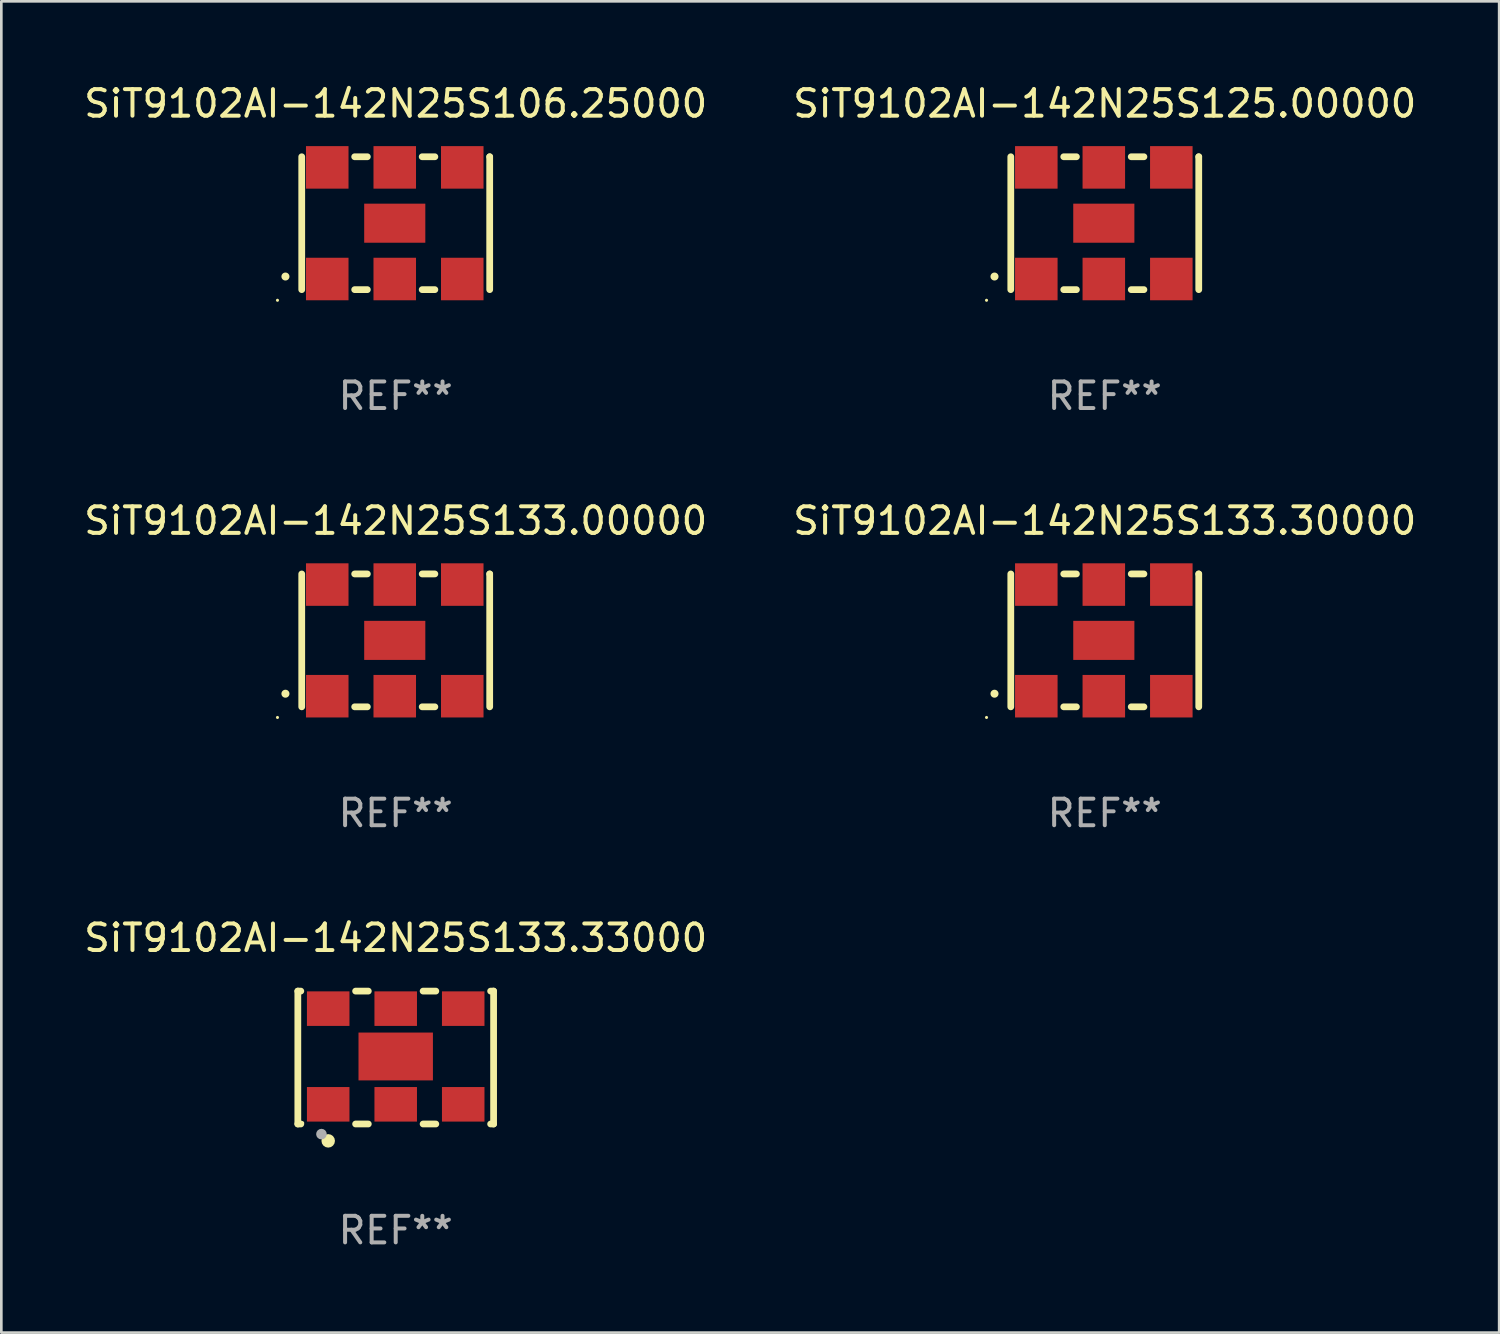
<source format=kicad_pcb>
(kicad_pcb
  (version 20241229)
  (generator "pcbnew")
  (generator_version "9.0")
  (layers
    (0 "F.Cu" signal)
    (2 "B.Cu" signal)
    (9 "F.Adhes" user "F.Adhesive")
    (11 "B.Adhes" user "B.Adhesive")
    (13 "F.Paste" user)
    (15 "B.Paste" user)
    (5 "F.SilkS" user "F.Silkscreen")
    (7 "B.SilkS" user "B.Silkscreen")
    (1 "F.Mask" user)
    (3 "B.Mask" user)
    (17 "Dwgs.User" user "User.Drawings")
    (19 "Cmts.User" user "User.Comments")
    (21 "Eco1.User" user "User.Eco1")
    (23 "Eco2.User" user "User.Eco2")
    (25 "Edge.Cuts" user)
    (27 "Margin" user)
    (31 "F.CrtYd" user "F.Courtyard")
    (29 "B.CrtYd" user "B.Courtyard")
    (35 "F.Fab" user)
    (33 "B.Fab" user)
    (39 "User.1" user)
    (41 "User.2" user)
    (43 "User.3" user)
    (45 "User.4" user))
  (footprint "SiT9102AI-142N25S125.00000"
    (layer "F.Cu")
    (at 38.518 5.348)
    (property "Reference" "SiT9102AI-142N25S125.00000" (at 0 -4.5 0) (layer "F.SilkS") (effects (font (size 1 1) (thickness 0.15))))
    (attr through_hole)
    (fp_line (start -3.536 -2.5) (end -3.536 2.5) (stroke (width 0.254) (type solid)) (layer "F.SilkS"))
    (fp_line (start -1.544 2.5) (end -1.067 2.5) (stroke (width 0.254) (type solid)) (layer "F.SilkS"))
    (fp_line (start -1.067 -2.5) (end -1.544 -2.5) (stroke (width 0.254) (type solid)) (layer "F.SilkS"))
    (fp_line (start 0.996 2.5) (end 1.473 2.5) (stroke (width 0.254) (type solid)) (layer "F.SilkS"))
    (fp_line (start 1.473 -2.5) (end 0.996 -2.5) (stroke (width 0.254) (type solid)) (layer "F.SilkS"))
    (fp_line (start 3.536 -2.5) (end 3.536 -2.5) (stroke (width 0.254) (type solid)) (layer "F.SilkS"))
    (fp_line (start 3.536 2.5) (end 3.536 -2.5) (stroke (width 0.254) (type solid)) (layer "F.SilkS"))
    (fp_arc (start -4.150432 2.006604) (mid -4.149162 2.006599) (end -4.147892 2.006604) (stroke (width 0.3) (type solid)) (layer "F.SilkS"))
    (fp_circle (center -4.449 2.9) (end -4.419 2.9) (stroke (width 0.06) (type solid)) (fill no) (layer "F.SilkS"))
    (fp_text user "REF**" (at 0 6.5 0) (layer "F.Fab") (effects (font (size 1 1) (thickness 0.15))))
    (pad "1" smd rect (at -2.576 2.1) (size 1.6 1.6) (layers "F.Cu" "F.Mask" "F.Paste"))
    (pad "2" smd rect (at -0.036 2.1) (size 1.6 1.6) (layers "F.Cu" "F.Mask" "F.Paste"))
    (pad "3" smd rect (at 2.504 2.1) (size 1.6 1.6) (layers "F.Cu" "F.Mask" "F.Paste"))
    (pad "4" smd rect (at 2.504 -2.1) (size 1.6 1.6) (layers "F.Cu" "F.Mask" "F.Paste"))
    (pad "5" smd rect (at -0.036 -2.1) (size 1.6 1.6) (layers "F.Cu" "F.Mask" "F.Paste"))
    (pad "6" smd rect (at -2.576 -2.1) (size 1.6 1.6) (layers "F.Cu" "F.Mask" "F.Paste"))
    (pad "7" smd rect (at -0.036 0) (size 2.3 1.47) (layers "F.Cu" "F.Mask" "F.Paste")))
  (footprint "SiT9102AI-142N25S133.33000"
    (layer "F.Cu")
    (at 11.839 36.741)
    (property "Reference" "SiT9102AI-142N25S133.33000" (at 0 -4.5 0) (layer "F.SilkS") (effects (font (size 1 1) (thickness 0.15))))
    (attr through_hole)
    (fp_line (start -3.683 -2.5) (end -3.571 -2.5) (stroke (width 0.254) (type solid)) (layer "F.SilkS"))
    (fp_line (start -3.683 2.5) (end -3.683 -2.5) (stroke (width 0.254) (type solid)) (layer "F.SilkS"))
    (fp_line (start -3.683 2.5) (end -3.571 2.5) (stroke (width 0.254) (type solid)) (layer "F.SilkS"))
    (fp_line (start -1.509 -2.5) (end -1.031 -2.5) (stroke (width 0.254) (type solid)) (layer "F.SilkS"))
    (fp_line (start -1.509 2.5) (end -1.031 2.5) (stroke (width 0.254) (type solid)) (layer "F.SilkS"))
    (fp_line (start 1.031 -2.5) (end 1.509 -2.5) (stroke (width 0.254) (type solid)) (layer "F.SilkS"))
    (fp_line (start 1.031 2.5) (end 1.509 2.5) (stroke (width 0.254) (type solid)) (layer "F.SilkS"))
    (fp_line (start 3.571 -2.5) (end 3.683 -2.5) (stroke (width 0.254) (type solid)) (layer "F.SilkS"))
    (fp_line (start 3.571 2.5) (end 3.683 2.5) (stroke (width 0.254) (type solid)) (layer "F.SilkS"))
    (fp_line (start 3.683 2.5) (end 3.683 -2.5) (stroke (width 0.254) (type solid)) (layer "F.SilkS"))
    (fp_circle (center -3.5 2.46) (end -3.47 2.46) (stroke (width 0.06) (type solid)) (fill no) (layer "F.SilkS"))
    (fp_circle (center -2.54 3.135) (end -2.413 3.135) (stroke (width 0.254) (type solid)) (fill no) (layer "F.SilkS"))
    (fp_circle (center -2.794 2.881) (end -2.694 2.881) (stroke (width 0.2) (type solid)) (fill no) (layer "F.Fab"))
    (fp_text user "REF**" (at 0 6.5 0) (layer "F.Fab") (effects (font (size 1 1) (thickness 0.15))))
    (pad "1" smd rect (at -2.54 1.76) (size 1.6 1.3) (layers "F.Cu" "F.Mask" "F.Paste"))
    (pad "2" smd rect (at 0 1.76) (size 1.6 1.3) (layers "F.Cu" "F.Mask" "F.Paste"))
    (pad "3" smd rect (at 2.54 1.76) (size 1.6 1.3) (layers "F.Cu" "F.Mask" "F.Paste"))
    (pad "4" smd rect (at 2.54 -1.84) (size 1.6 1.3) (layers "F.Cu" "F.Mask" "F.Paste"))
    (pad "5" smd rect (at 0 -1.84) (size 1.6 1.3) (layers "F.Cu" "F.Mask" "F.Paste"))
    (pad "6" smd rect (at -2.54 -1.84) (size 1.6 1.3) (layers "F.Cu" "F.Mask" "F.Paste"))
    (pad "7" smd rect (at 0 -0.04) (size 2.8 1.8) (layers "F.Cu" "F.Mask" "F.Paste")))
  (footprint "SiT9102AI-142N25S133.00000"
    (layer "F.Cu")
    (at 11.839 21.045)
    (property "Reference" "SiT9102AI-142N25S133.00000" (at 0 -4.5 0) (layer "F.SilkS") (effects (font (size 1 1) (thickness 0.15))))
    (attr through_hole)
    (fp_line (start -3.536 -2.5) (end -3.536 2.5) (stroke (width 0.254) (type solid)) (layer "F.SilkS"))
    (fp_line (start -1.544 2.5) (end -1.067 2.5) (stroke (width 0.254) (type solid)) (layer "F.SilkS"))
    (fp_line (start -1.067 -2.5) (end -1.544 -2.5) (stroke (width 0.254) (type solid)) (layer "F.SilkS"))
    (fp_line (start 0.996 2.5) (end 1.473 2.5) (stroke (width 0.254) (type solid)) (layer "F.SilkS"))
    (fp_line (start 1.473 -2.5) (end 0.996 -2.5) (stroke (width 0.254) (type solid)) (layer "F.SilkS"))
    (fp_line (start 3.536 -2.5) (end 3.536 -2.5) (stroke (width 0.254) (type solid)) (layer "F.SilkS"))
    (fp_line (start 3.536 2.5) (end 3.536 -2.5) (stroke (width 0.254) (type solid)) (layer "F.SilkS"))
    (fp_arc (start -4.150432 2.006604) (mid -4.149162 2.006599) (end -4.147892 2.006604) (stroke (width 0.3) (type solid)) (layer "F.SilkS"))
    (fp_circle (center -4.449 2.9) (end -4.419 2.9) (stroke (width 0.06) (type solid)) (fill no) (layer "F.SilkS"))
    (fp_text user "REF**" (at 0 6.5 0) (layer "F.Fab") (effects (font (size 1 1) (thickness 0.15))))
    (pad "1" smd rect (at -2.576 2.1) (size 1.6 1.6) (layers "F.Cu" "F.Mask" "F.Paste"))
    (pad "2" smd rect (at -0.036 2.1) (size 1.6 1.6) (layers "F.Cu" "F.Mask" "F.Paste"))
    (pad "3" smd rect (at 2.504 2.1) (size 1.6 1.6) (layers "F.Cu" "F.Mask" "F.Paste"))
    (pad "4" smd rect (at 2.504 -2.1) (size 1.6 1.6) (layers "F.Cu" "F.Mask" "F.Paste"))
    (pad "5" smd rect (at -0.036 -2.1) (size 1.6 1.6) (layers "F.Cu" "F.Mask" "F.Paste"))
    (pad "6" smd rect (at -2.576 -2.1) (size 1.6 1.6) (layers "F.Cu" "F.Mask" "F.Paste"))
    (pad "7" smd rect (at -0.036 0) (size 2.3 1.47) (layers "F.Cu" "F.Mask" "F.Paste")))
  (footprint "SiT9102AI-142N25S106.25000"
    (layer "F.Cu")
    (at 11.839 5.348)
    (property "Reference" "SiT9102AI-142N25S106.25000" (at 0 -4.5 0) (layer "F.SilkS") (effects (font (size 1 1) (thickness 0.15))))
    (attr through_hole)
    (fp_line (start -3.536 -2.5) (end -3.536 2.5) (stroke (width 0.254) (type solid)) (layer "F.SilkS"))
    (fp_line (start -1.544 2.5) (end -1.067 2.5) (stroke (width 0.254) (type solid)) (layer "F.SilkS"))
    (fp_line (start -1.067 -2.5) (end -1.544 -2.5) (stroke (width 0.254) (type solid)) (layer "F.SilkS"))
    (fp_line (start 0.996 2.5) (end 1.473 2.5) (stroke (width 0.254) (type solid)) (layer "F.SilkS"))
    (fp_line (start 1.473 -2.5) (end 0.996 -2.5) (stroke (width 0.254) (type solid)) (layer "F.SilkS"))
    (fp_line (start 3.536 -2.5) (end 3.536 -2.5) (stroke (width 0.254) (type solid)) (layer "F.SilkS"))
    (fp_line (start 3.536 2.5) (end 3.536 -2.5) (stroke (width 0.254) (type solid)) (layer "F.SilkS"))
    (fp_arc (start -4.150432 2.006604) (mid -4.149162 2.006599) (end -4.147892 2.006604) (stroke (width 0.3) (type solid)) (layer "F.SilkS"))
    (fp_circle (center -4.449 2.9) (end -4.419 2.9) (stroke (width 0.06) (type solid)) (fill no) (layer "F.SilkS"))
    (fp_text user "REF**" (at 0 6.5 0) (layer "F.Fab") (effects (font (size 1 1) (thickness 0.15))))
    (pad "1" smd rect (at -2.576 2.1) (size 1.6 1.6) (layers "F.Cu" "F.Mask" "F.Paste"))
    (pad "2" smd rect (at -0.036 2.1) (size 1.6 1.6) (layers "F.Cu" "F.Mask" "F.Paste"))
    (pad "3" smd rect (at 2.504 2.1) (size 1.6 1.6) (layers "F.Cu" "F.Mask" "F.Paste"))
    (pad "4" smd rect (at 2.504 -2.1) (size 1.6 1.6) (layers "F.Cu" "F.Mask" "F.Paste"))
    (pad "5" smd rect (at -0.036 -2.1) (size 1.6 1.6) (layers "F.Cu" "F.Mask" "F.Paste"))
    (pad "6" smd rect (at -2.576 -2.1) (size 1.6 1.6) (layers "F.Cu" "F.Mask" "F.Paste"))
    (pad "7" smd rect (at -0.036 0) (size 2.3 1.47) (layers "F.Cu" "F.Mask" "F.Paste")))
  (footprint "SiT9102AI-142N25S133.30000"
    (layer "F.Cu")
    (at 38.518 21.045)
    (property "Reference" "SiT9102AI-142N25S133.30000" (at 0 -4.5 0) (layer "F.SilkS") (effects (font (size 1 1) (thickness 0.15))))
    (attr through_hole)
    (fp_line (start -3.536 -2.5) (end -3.536 2.5) (stroke (width 0.254) (type solid)) (layer "F.SilkS"))
    (fp_line (start -1.544 2.5) (end -1.067 2.5) (stroke (width 0.254) (type solid)) (layer "F.SilkS"))
    (fp_line (start -1.067 -2.5) (end -1.544 -2.5) (stroke (width 0.254) (type solid)) (layer "F.SilkS"))
    (fp_line (start 0.996 2.5) (end 1.473 2.5) (stroke (width 0.254) (type solid)) (layer "F.SilkS"))
    (fp_line (start 1.473 -2.5) (end 0.996 -2.5) (stroke (width 0.254) (type solid)) (layer "F.SilkS"))
    (fp_line (start 3.536 -2.5) (end 3.536 -2.5) (stroke (width 0.254) (type solid)) (layer "F.SilkS"))
    (fp_line (start 3.536 2.5) (end 3.536 -2.5) (stroke (width 0.254) (type solid)) (layer "F.SilkS"))
    (fp_arc (start -4.150432 2.006604) (mid -4.149162 2.006599) (end -4.147892 2.006604) (stroke (width 0.3) (type solid)) (layer "F.SilkS"))
    (fp_circle (center -4.449 2.9) (end -4.419 2.9) (stroke (width 0.06) (type solid)) (fill no) (layer "F.SilkS"))
    (fp_text user "REF**" (at 0 6.5 0) (layer "F.Fab") (effects (font (size 1 1) (thickness 0.15))))
    (pad "1" smd rect (at -2.576 2.1) (size 1.6 1.6) (layers "F.Cu" "F.Mask" "F.Paste"))
    (pad "2" smd rect (at -0.036 2.1) (size 1.6 1.6) (layers "F.Cu" "F.Mask" "F.Paste"))
    (pad "3" smd rect (at 2.504 2.1) (size 1.6 1.6) (layers "F.Cu" "F.Mask" "F.Paste"))
    (pad "4" smd rect (at 2.504 -2.1) (size 1.6 1.6) (layers "F.Cu" "F.Mask" "F.Paste"))
    (pad "5" smd rect (at -0.036 -2.1) (size 1.6 1.6) (layers "F.Cu" "F.Mask" "F.Paste"))
    (pad "6" smd rect (at -2.576 -2.1) (size 1.6 1.6) (layers "F.Cu" "F.Mask" "F.Paste"))
    (pad "7" smd rect (at -0.036 0) (size 2.3 1.47) (layers "F.Cu" "F.Mask" "F.Paste")))
  (gr_rect
    (start -3 -3)
    (end 53.357 47.09)
    (stroke (width 0.1) (type default))
    (fill no)
    (layer "Edge.Cuts")))
</source>
